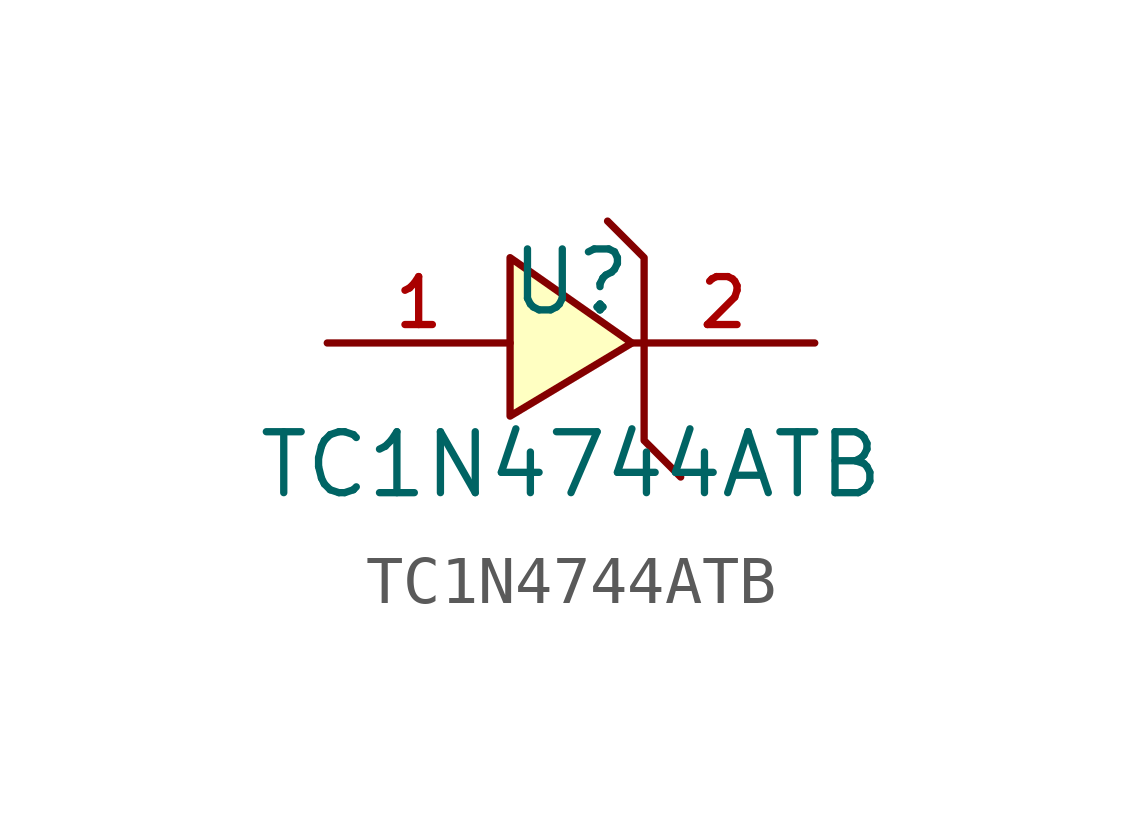
<source format=kicad_sym>
(kicad_symbol_lib
  (version 20210201)
  (generator TousstNicolas/JLC2KiCad_lib)
  (symbol "TC1N4744ATB"
    (pin_names hide)
    (property "Reference" "U"
      (at 0 1.27 0)
      (effects (font (size 1.27 1.27))))
    (property "Value" "TC1N4744ATB"
      (at 0 -2.54 0)
      (effects (font (size 1.27 1.27))))
    (symbol "TC1N4744ATB_0_1"
      (pin unspecified line (at -5.08 -0.0 0) (length 3.81) (name "A" (effects (font (size 1 1)))) (number "1" (effects (font (size 1 1)))))
      (pin unspecified line (at 5.08 -0.0 180) (length 3.81) (name "K" (effects (font (size 1 1)))) (number "2" (effects (font (size 1 1)))))
      (polyline (pts (xy 2.286 -2.794) (xy 1.524 -2.032) (xy 1.524 -2.032) (xy 1.524 1.778) (xy 1.524 1.778) (xy 0.762 2.54)) (stroke (width 0) (type default) (color 0 0 0 0)) (fill (type none)))
      (polyline (pts (xy -1.27 -1.524) (xy 1.27 -0.0) (xy -1.27 1.778) (xy -1.27 -1.524)) (stroke (width 0) (type default) (color 0 0 0 0)) (fill (type background))))))
</source>
